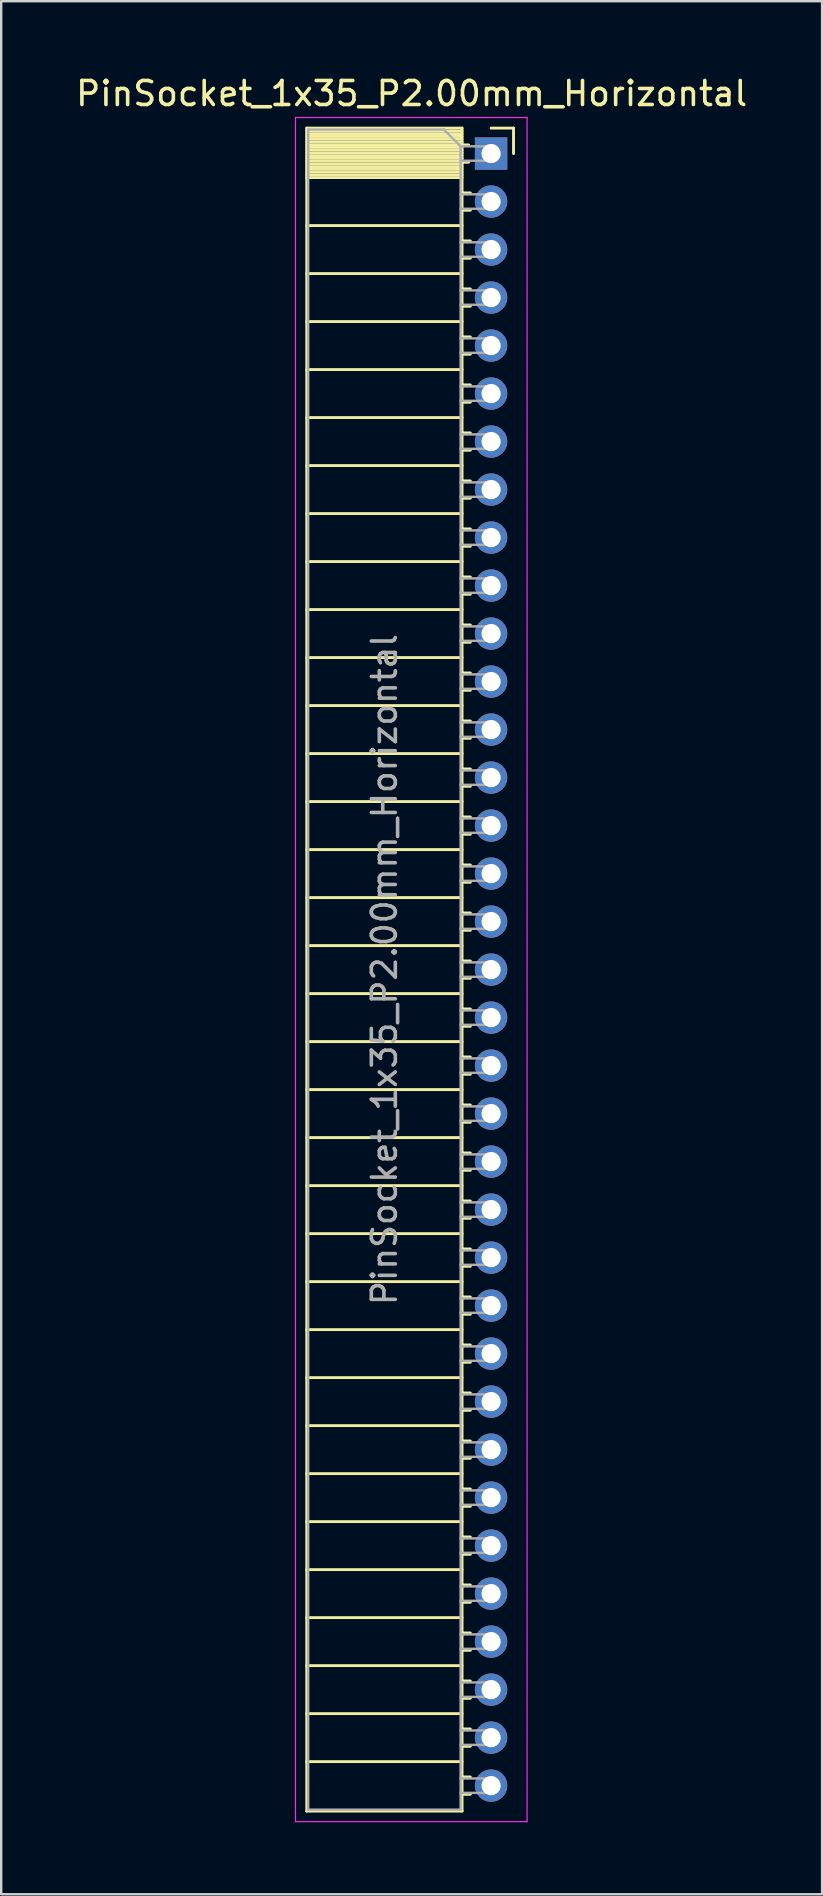
<source format=kicad_pcb>
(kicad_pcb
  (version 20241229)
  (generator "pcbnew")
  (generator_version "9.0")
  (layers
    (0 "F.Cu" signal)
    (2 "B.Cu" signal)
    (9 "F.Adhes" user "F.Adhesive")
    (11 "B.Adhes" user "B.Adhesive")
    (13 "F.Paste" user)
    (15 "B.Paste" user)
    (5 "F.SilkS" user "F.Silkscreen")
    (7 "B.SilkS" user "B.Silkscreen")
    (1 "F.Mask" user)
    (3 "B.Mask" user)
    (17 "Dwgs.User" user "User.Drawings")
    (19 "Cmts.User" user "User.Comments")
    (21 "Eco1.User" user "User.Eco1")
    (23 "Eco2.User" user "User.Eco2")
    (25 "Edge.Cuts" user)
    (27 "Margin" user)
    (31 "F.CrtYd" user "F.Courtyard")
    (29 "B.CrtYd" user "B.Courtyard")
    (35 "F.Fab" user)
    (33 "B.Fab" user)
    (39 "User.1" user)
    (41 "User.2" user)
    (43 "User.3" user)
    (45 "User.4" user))
  (footprint "PinSocket_1x35_P2.00mm_Horizontal"
    (layer "F.Cu")
    (at 17.411 3.348)
    (property "Reference" "PinSocket_1x35_P2.00mm_Horizontal" (at -3.31 -2.5 0) (layer "F.SilkS") (effects (font (size 1 1) (thickness 0.15))))
    (attr through_hole)
    (fp_line (start -7.68 -1.06) (end -7.68 69.06) (stroke (width 0.12) (type solid)) (layer "F.SilkS"))
    (fp_line (start -7.68 -1.06) (end -1.21 -1.06) (stroke (width 0.12) (type solid)) (layer "F.SilkS"))
    (fp_line (start -7.68 -0.94) (end -1.21 -0.94) (stroke (width 0.12) (type solid)) (layer "F.SilkS"))
    (fp_line (start -7.68 -0.826) (end -1.21 -0.826) (stroke (width 0.12) (type solid)) (layer "F.SilkS"))
    (fp_line (start -7.68 -0.712) (end -1.21 -0.712) (stroke (width 0.12) (type solid)) (layer "F.SilkS"))
    (fp_line (start -7.68 -0.598) (end -1.21 -0.598) (stroke (width 0.12) (type solid)) (layer "F.SilkS"))
    (fp_line (start -7.68 -0.484) (end -1.21 -0.484) (stroke (width 0.12) (type solid)) (layer "F.SilkS"))
    (fp_line (start -7.68 -0.369) (end -1.21 -0.369) (stroke (width 0.12) (type solid)) (layer "F.SilkS"))
    (fp_line (start -7.68 -0.255) (end -1.21 -0.255) (stroke (width 0.12) (type solid)) (layer "F.SilkS"))
    (fp_line (start -7.68 -0.141) (end -1.21 -0.141) (stroke (width 0.12) (type solid)) (layer "F.SilkS"))
    (fp_line (start -7.68 -0.027) (end -1.21 -0.027) (stroke (width 0.12) (type solid)) (layer "F.SilkS"))
    (fp_line (start -7.68 0.087) (end -1.21 0.087) (stroke (width 0.12) (type solid)) (layer "F.SilkS"))
    (fp_line (start -7.68 0.201) (end -1.21 0.201) (stroke (width 0.12) (type solid)) (layer "F.SilkS"))
    (fp_line (start -7.68 0.315) (end -1.21 0.315) (stroke (width 0.12) (type solid)) (layer "F.SilkS"))
    (fp_line (start -7.68 0.429) (end -1.21 0.429) (stroke (width 0.12) (type solid)) (layer "F.SilkS"))
    (fp_line (start -7.68 0.544) (end -1.21 0.544) (stroke (width 0.12) (type solid)) (layer "F.SilkS"))
    (fp_line (start -7.68 0.658) (end -1.21 0.658) (stroke (width 0.12) (type solid)) (layer "F.SilkS"))
    (fp_line (start -7.68 0.772) (end -1.21 0.772) (stroke (width 0.12) (type solid)) (layer "F.SilkS"))
    (fp_line (start -7.68 0.886) (end -1.21 0.886) (stroke (width 0.12) (type solid)) (layer "F.SilkS"))
    (fp_line (start -7.68 1) (end -1.21 1) (stroke (width 0.12) (type solid)) (layer "F.SilkS"))
    (fp_line (start -7.68 3) (end -1.21 3) (stroke (width 0.12) (type solid)) (layer "F.SilkS"))
    (fp_line (start -7.68 5) (end -1.21 5) (stroke (width 0.12) (type solid)) (layer "F.SilkS"))
    (fp_line (start -7.68 7) (end -1.21 7) (stroke (width 0.12) (type solid)) (layer "F.SilkS"))
    (fp_line (start -7.68 9) (end -1.21 9) (stroke (width 0.12) (type solid)) (layer "F.SilkS"))
    (fp_line (start -7.68 11) (end -1.21 11) (stroke (width 0.12) (type solid)) (layer "F.SilkS"))
    (fp_line (start -7.68 13) (end -1.21 13) (stroke (width 0.12) (type solid)) (layer "F.SilkS"))
    (fp_line (start -7.68 15) (end -1.21 15) (stroke (width 0.12) (type solid)) (layer "F.SilkS"))
    (fp_line (start -7.68 17) (end -1.21 17) (stroke (width 0.12) (type solid)) (layer "F.SilkS"))
    (fp_line (start -7.68 19) (end -1.21 19) (stroke (width 0.12) (type solid)) (layer "F.SilkS"))
    (fp_line (start -7.68 21) (end -1.21 21) (stroke (width 0.12) (type solid)) (layer "F.SilkS"))
    (fp_line (start -7.68 23) (end -1.21 23) (stroke (width 0.12) (type solid)) (layer "F.SilkS"))
    (fp_line (start -7.68 25) (end -1.21 25) (stroke (width 0.12) (type solid)) (layer "F.SilkS"))
    (fp_line (start -7.68 27) (end -1.21 27) (stroke (width 0.12) (type solid)) (layer "F.SilkS"))
    (fp_line (start -7.68 29) (end -1.21 29) (stroke (width 0.12) (type solid)) (layer "F.SilkS"))
    (fp_line (start -7.68 31) (end -1.21 31) (stroke (width 0.12) (type solid)) (layer "F.SilkS"))
    (fp_line (start -7.68 33) (end -1.21 33) (stroke (width 0.12) (type solid)) (layer "F.SilkS"))
    (fp_line (start -7.68 35) (end -1.21 35) (stroke (width 0.12) (type solid)) (layer "F.SilkS"))
    (fp_line (start -7.68 37) (end -1.21 37) (stroke (width 0.12) (type solid)) (layer "F.SilkS"))
    (fp_line (start -7.68 39) (end -1.21 39) (stroke (width 0.12) (type solid)) (layer "F.SilkS"))
    (fp_line (start -7.68 41) (end -1.21 41) (stroke (width 0.12) (type solid)) (layer "F.SilkS"))
    (fp_line (start -7.68 43) (end -1.21 43) (stroke (width 0.12) (type solid)) (layer "F.SilkS"))
    (fp_line (start -7.68 45) (end -1.21 45) (stroke (width 0.12) (type solid)) (layer "F.SilkS"))
    (fp_line (start -7.68 47) (end -1.21 47) (stroke (width 0.12) (type solid)) (layer "F.SilkS"))
    (fp_line (start -7.68 49) (end -1.21 49) (stroke (width 0.12) (type solid)) (layer "F.SilkS"))
    (fp_line (start -7.68 51) (end -1.21 51) (stroke (width 0.12) (type solid)) (layer "F.SilkS"))
    (fp_line (start -7.68 53) (end -1.21 53) (stroke (width 0.12) (type solid)) (layer "F.SilkS"))
    (fp_line (start -7.68 55) (end -1.21 55) (stroke (width 0.12) (type solid)) (layer "F.SilkS"))
    (fp_line (start -7.68 57) (end -1.21 57) (stroke (width 0.12) (type solid)) (layer "F.SilkS"))
    (fp_line (start -7.68 59) (end -1.21 59) (stroke (width 0.12) (type solid)) (layer "F.SilkS"))
    (fp_line (start -7.68 61) (end -1.21 61) (stroke (width 0.12) (type solid)) (layer "F.SilkS"))
    (fp_line (start -7.68 63) (end -1.21 63) (stroke (width 0.12) (type solid)) (layer "F.SilkS"))
    (fp_line (start -7.68 65) (end -1.21 65) (stroke (width 0.12) (type solid)) (layer "F.SilkS"))
    (fp_line (start -7.68 67) (end -1.21 67) (stroke (width 0.12) (type solid)) (layer "F.SilkS"))
    (fp_line (start -7.68 69.06) (end -1.21 69.06) (stroke (width 0.12) (type solid)) (layer "F.SilkS"))
    (fp_line (start -1.21 -1.06) (end -1.21 69.06) (stroke (width 0.12) (type solid)) (layer "F.SilkS"))
    (fp_line (start -1.21 -0.36) (end -0.935 -0.36) (stroke (width 0.12) (type solid)) (layer "F.SilkS"))
    (fp_line (start -1.21 0.36) (end -0.935 0.36) (stroke (width 0.12) (type solid)) (layer "F.SilkS"))
    (fp_line (start -1.21 1.64) (end -0.863 1.64) (stroke (width 0.12) (type solid)) (layer "F.SilkS"))
    (fp_line (start -1.21 2.36) (end -0.863 2.36) (stroke (width 0.12) (type solid)) (layer "F.SilkS"))
    (fp_line (start -1.21 3.64) (end -0.863 3.64) (stroke (width 0.12) (type solid)) (layer "F.SilkS"))
    (fp_line (start -1.21 4.36) (end -0.863 4.36) (stroke (width 0.12) (type solid)) (layer "F.SilkS"))
    (fp_line (start -1.21 5.64) (end -0.863 5.64) (stroke (width 0.12) (type solid)) (layer "F.SilkS"))
    (fp_line (start -1.21 6.36) (end -0.863 6.36) (stroke (width 0.12) (type solid)) (layer "F.SilkS"))
    (fp_line (start -1.21 7.64) (end -0.863 7.64) (stroke (width 0.12) (type solid)) (layer "F.SilkS"))
    (fp_line (start -1.21 8.36) (end -0.863 8.36) (stroke (width 0.12) (type solid)) (layer "F.SilkS"))
    (fp_line (start -1.21 9.64) (end -0.863 9.64) (stroke (width 0.12) (type solid)) (layer "F.SilkS"))
    (fp_line (start -1.21 10.36) (end -0.863 10.36) (stroke (width 0.12) (type solid)) (layer "F.SilkS"))
    (fp_line (start -1.21 11.64) (end -0.863 11.64) (stroke (width 0.12) (type solid)) (layer "F.SilkS"))
    (fp_line (start -1.21 12.36) (end -0.863 12.36) (stroke (width 0.12) (type solid)) (layer "F.SilkS"))
    (fp_line (start -1.21 13.64) (end -0.863 13.64) (stroke (width 0.12) (type solid)) (layer "F.SilkS"))
    (fp_line (start -1.21 14.36) (end -0.863 14.36) (stroke (width 0.12) (type solid)) (layer "F.SilkS"))
    (fp_line (start -1.21 15.64) (end -0.863 15.64) (stroke (width 0.12) (type solid)) (layer "F.SilkS"))
    (fp_line (start -1.21 16.36) (end -0.863 16.36) (stroke (width 0.12) (type solid)) (layer "F.SilkS"))
    (fp_line (start -1.21 17.64) (end -0.863 17.64) (stroke (width 0.12) (type solid)) (layer "F.SilkS"))
    (fp_line (start -1.21 18.36) (end -0.863 18.36) (stroke (width 0.12) (type solid)) (layer "F.SilkS"))
    (fp_line (start -1.21 19.64) (end -0.863 19.64) (stroke (width 0.12) (type solid)) (layer "F.SilkS"))
    (fp_line (start -1.21 20.36) (end -0.863 20.36) (stroke (width 0.12) (type solid)) (layer "F.SilkS"))
    (fp_line (start -1.21 21.64) (end -0.863 21.64) (stroke (width 0.12) (type solid)) (layer "F.SilkS"))
    (fp_line (start -1.21 22.36) (end -0.863 22.36) (stroke (width 0.12) (type solid)) (layer "F.SilkS"))
    (fp_line (start -1.21 23.64) (end -0.863 23.64) (stroke (width 0.12) (type solid)) (layer "F.SilkS"))
    (fp_line (start -1.21 24.36) (end -0.863 24.36) (stroke (width 0.12) (type solid)) (layer "F.SilkS"))
    (fp_line (start -1.21 25.64) (end -0.863 25.64) (stroke (width 0.12) (type solid)) (layer "F.SilkS"))
    (fp_line (start -1.21 26.36) (end -0.863 26.36) (stroke (width 0.12) (type solid)) (layer "F.SilkS"))
    (fp_line (start -1.21 27.64) (end -0.863 27.64) (stroke (width 0.12) (type solid)) (layer "F.SilkS"))
    (fp_line (start -1.21 28.36) (end -0.863 28.36) (stroke (width 0.12) (type solid)) (layer "F.SilkS"))
    (fp_line (start -1.21 29.64) (end -0.863 29.64) (stroke (width 0.12) (type solid)) (layer "F.SilkS"))
    (fp_line (start -1.21 30.36) (end -0.863 30.36) (stroke (width 0.12) (type solid)) (layer "F.SilkS"))
    (fp_line (start -1.21 31.64) (end -0.863 31.64) (stroke (width 0.12) (type solid)) (layer "F.SilkS"))
    (fp_line (start -1.21 32.36) (end -0.863 32.36) (stroke (width 0.12) (type solid)) (layer "F.SilkS"))
    (fp_line (start -1.21 33.64) (end -0.863 33.64) (stroke (width 0.12) (type solid)) (layer "F.SilkS"))
    (fp_line (start -1.21 34.36) (end -0.863 34.36) (stroke (width 0.12) (type solid)) (layer "F.SilkS"))
    (fp_line (start -1.21 35.64) (end -0.863 35.64) (stroke (width 0.12) (type solid)) (layer "F.SilkS"))
    (fp_line (start -1.21 36.36) (end -0.863 36.36) (stroke (width 0.12) (type solid)) (layer "F.SilkS"))
    (fp_line (start -1.21 37.64) (end -0.863 37.64) (stroke (width 0.12) (type solid)) (layer "F.SilkS"))
    (fp_line (start -1.21 38.36) (end -0.863 38.36) (stroke (width 0.12) (type solid)) (layer "F.SilkS"))
    (fp_line (start -1.21 39.64) (end -0.863 39.64) (stroke (width 0.12) (type solid)) (layer "F.SilkS"))
    (fp_line (start -1.21 40.36) (end -0.863 40.36) (stroke (width 0.12) (type solid)) (layer "F.SilkS"))
    (fp_line (start -1.21 41.64) (end -0.863 41.64) (stroke (width 0.12) (type solid)) (layer "F.SilkS"))
    (fp_line (start -1.21 42.36) (end -0.863 42.36) (stroke (width 0.12) (type solid)) (layer "F.SilkS"))
    (fp_line (start -1.21 43.64) (end -0.863 43.64) (stroke (width 0.12) (type solid)) (layer "F.SilkS"))
    (fp_line (start -1.21 44.36) (end -0.863 44.36) (stroke (width 0.12) (type solid)) (layer "F.SilkS"))
    (fp_line (start -1.21 45.64) (end -0.863 45.64) (stroke (width 0.12) (type solid)) (layer "F.SilkS"))
    (fp_line (start -1.21 46.36) (end -0.863 46.36) (stroke (width 0.12) (type solid)) (layer "F.SilkS"))
    (fp_line (start -1.21 47.64) (end -0.863 47.64) (stroke (width 0.12) (type solid)) (layer "F.SilkS"))
    (fp_line (start -1.21 48.36) (end -0.863 48.36) (stroke (width 0.12) (type solid)) (layer "F.SilkS"))
    (fp_line (start -1.21 49.64) (end -0.863 49.64) (stroke (width 0.12) (type solid)) (layer "F.SilkS"))
    (fp_line (start -1.21 50.36) (end -0.863 50.36) (stroke (width 0.12) (type solid)) (layer "F.SilkS"))
    (fp_line (start -1.21 51.64) (end -0.863 51.64) (stroke (width 0.12) (type solid)) (layer "F.SilkS"))
    (fp_line (start -1.21 52.36) (end -0.863 52.36) (stroke (width 0.12) (type solid)) (layer "F.SilkS"))
    (fp_line (start -1.21 53.64) (end -0.863 53.64) (stroke (width 0.12) (type solid)) (layer "F.SilkS"))
    (fp_line (start -1.21 54.36) (end -0.863 54.36) (stroke (width 0.12) (type solid)) (layer "F.SilkS"))
    (fp_line (start -1.21 55.64) (end -0.863 55.64) (stroke (width 0.12) (type solid)) (layer "F.SilkS"))
    (fp_line (start -1.21 56.36) (end -0.863 56.36) (stroke (width 0.12) (type solid)) (layer "F.SilkS"))
    (fp_line (start -1.21 57.64) (end -0.863 57.64) (stroke (width 0.12) (type solid)) (layer "F.SilkS"))
    (fp_line (start -1.21 58.36) (end -0.863 58.36) (stroke (width 0.12) (type solid)) (layer "F.SilkS"))
    (fp_line (start -1.21 59.64) (end -0.863 59.64) (stroke (width 0.12) (type solid)) (layer "F.SilkS"))
    (fp_line (start -1.21 60.36) (end -0.863 60.36) (stroke (width 0.12) (type solid)) (layer "F.SilkS"))
    (fp_line (start -1.21 61.64) (end -0.863 61.64) (stroke (width 0.12) (type solid)) (layer "F.SilkS"))
    (fp_line (start -1.21 62.36) (end -0.863 62.36) (stroke (width 0.12) (type solid)) (layer "F.SilkS"))
    (fp_line (start -1.21 63.64) (end -0.863 63.64) (stroke (width 0.12) (type solid)) (layer "F.SilkS"))
    (fp_line (start -1.21 64.36) (end -0.863 64.36) (stroke (width 0.12) (type solid)) (layer "F.SilkS"))
    (fp_line (start -1.21 65.64) (end -0.863 65.64) (stroke (width 0.12) (type solid)) (layer "F.SilkS"))
    (fp_line (start -1.21 66.36) (end -0.863 66.36) (stroke (width 0.12) (type solid)) (layer "F.SilkS"))
    (fp_line (start -1.21 67.64) (end -0.863 67.64) (stroke (width 0.12) (type solid)) (layer "F.SilkS"))
    (fp_line (start -1.21 68.36) (end -0.863 68.36) (stroke (width 0.12) (type solid)) (layer "F.SilkS"))
    (fp_line (start 0 -1.06) (end 0.935 -1.06) (stroke (width 0.12) (type solid)) (layer "F.SilkS"))
    (fp_line (start 0.935 -1.06) (end 0.935 0) (stroke (width 0.12) (type solid)) (layer "F.SilkS"))
    (fp_line (start -8.15 -1.5) (end -8.15 69.5) (stroke (width 0.05) (type solid)) (layer "F.CrtYd"))
    (fp_line (start -8.15 69.5) (end 1.5 69.5) (stroke (width 0.05) (type solid)) (layer "F.CrtYd"))
    (fp_line (start 1.5 -1.5) (end -8.15 -1.5) (stroke (width 0.05) (type solid)) (layer "F.CrtYd"))
    (fp_line (start 1.5 69.5) (end 1.5 -1.5) (stroke (width 0.05) (type solid)) (layer "F.CrtYd"))
    (fp_line (start -7.62 -1) (end -1.97 -1) (stroke (width 0.1) (type solid)) (layer "F.Fab"))
    (fp_line (start -7.62 69) (end -7.62 -1) (stroke (width 0.1) (type solid)) (layer "F.Fab"))
    (fp_line (start -1.97 -1) (end -1.27 -0.3) (stroke (width 0.1) (type solid)) (layer "F.Fab"))
    (fp_line (start -1.27 -0.3) (end -1.27 69) (stroke (width 0.1) (type solid)) (layer "F.Fab"))
    (fp_line (start -1.27 0.3) (end 0 0.3) (stroke (width 0.1) (type solid)) (layer "F.Fab"))
    (fp_line (start -1.27 2.3) (end 0 2.3) (stroke (width 0.1) (type solid)) (layer "F.Fab"))
    (fp_line (start -1.27 4.3) (end 0 4.3) (stroke (width 0.1) (type solid)) (layer "F.Fab"))
    (fp_line (start -1.27 6.3) (end 0 6.3) (stroke (width 0.1) (type solid)) (layer "F.Fab"))
    (fp_line (start -1.27 8.3) (end 0 8.3) (stroke (width 0.1) (type solid)) (layer "F.Fab"))
    (fp_line (start -1.27 10.3) (end 0 10.3) (stroke (width 0.1) (type solid)) (layer "F.Fab"))
    (fp_line (start -1.27 12.3) (end 0 12.3) (stroke (width 0.1) (type solid)) (layer "F.Fab"))
    (fp_line (start -1.27 14.3) (end 0 14.3) (stroke (width 0.1) (type solid)) (layer "F.Fab"))
    (fp_line (start -1.27 16.3) (end 0 16.3) (stroke (width 0.1) (type solid)) (layer "F.Fab"))
    (fp_line (start -1.27 18.3) (end 0 18.3) (stroke (width 0.1) (type solid)) (layer "F.Fab"))
    (fp_line (start -1.27 20.3) (end 0 20.3) (stroke (width 0.1) (type solid)) (layer "F.Fab"))
    (fp_line (start -1.27 22.3) (end 0 22.3) (stroke (width 0.1) (type solid)) (layer "F.Fab"))
    (fp_line (start -1.27 24.3) (end 0 24.3) (stroke (width 0.1) (type solid)) (layer "F.Fab"))
    (fp_line (start -1.27 26.3) (end 0 26.3) (stroke (width 0.1) (type solid)) (layer "F.Fab"))
    (fp_line (start -1.27 28.3) (end 0 28.3) (stroke (width 0.1) (type solid)) (layer "F.Fab"))
    (fp_line (start -1.27 30.3) (end 0 30.3) (stroke (width 0.1) (type solid)) (layer "F.Fab"))
    (fp_line (start -1.27 32.3) (end 0 32.3) (stroke (width 0.1) (type solid)) (layer "F.Fab"))
    (fp_line (start -1.27 34.3) (end 0 34.3) (stroke (width 0.1) (type solid)) (layer "F.Fab"))
    (fp_line (start -1.27 36.3) (end 0 36.3) (stroke (width 0.1) (type solid)) (layer "F.Fab"))
    (fp_line (start -1.27 38.3) (end 0 38.3) (stroke (width 0.1) (type solid)) (layer "F.Fab"))
    (fp_line (start -1.27 40.3) (end 0 40.3) (stroke (width 0.1) (type solid)) (layer "F.Fab"))
    (fp_line (start -1.27 42.3) (end 0 42.3) (stroke (width 0.1) (type solid)) (layer "F.Fab"))
    (fp_line (start -1.27 44.3) (end 0 44.3) (stroke (width 0.1) (type solid)) (layer "F.Fab"))
    (fp_line (start -1.27 46.3) (end 0 46.3) (stroke (width 0.1) (type solid)) (layer "F.Fab"))
    (fp_line (start -1.27 48.3) (end 0 48.3) (stroke (width 0.1) (type solid)) (layer "F.Fab"))
    (fp_line (start -1.27 50.3) (end 0 50.3) (stroke (width 0.1) (type solid)) (layer "F.Fab"))
    (fp_line (start -1.27 52.3) (end 0 52.3) (stroke (width 0.1) (type solid)) (layer "F.Fab"))
    (fp_line (start -1.27 54.3) (end 0 54.3) (stroke (width 0.1) (type solid)) (layer "F.Fab"))
    (fp_line (start -1.27 56.3) (end 0 56.3) (stroke (width 0.1) (type solid)) (layer "F.Fab"))
    (fp_line (start -1.27 58.3) (end 0 58.3) (stroke (width 0.1) (type solid)) (layer "F.Fab"))
    (fp_line (start -1.27 60.3) (end 0 60.3) (stroke (width 0.1) (type solid)) (layer "F.Fab"))
    (fp_line (start -1.27 62.3) (end 0 62.3) (stroke (width 0.1) (type solid)) (layer "F.Fab"))
    (fp_line (start -1.27 64.3) (end 0 64.3) (stroke (width 0.1) (type solid)) (layer "F.Fab"))
    (fp_line (start -1.27 66.3) (end 0 66.3) (stroke (width 0.1) (type solid)) (layer "F.Fab"))
    (fp_line (start -1.27 68.3) (end 0 68.3) (stroke (width 0.1) (type solid)) (layer "F.Fab"))
    (fp_line (start -1.27 69) (end -7.62 69) (stroke (width 0.1) (type solid)) (layer "F.Fab"))
    (fp_line (start 0 -0.3) (end -1.27 -0.3) (stroke (width 0.1) (type solid)) (layer "F.Fab"))
    (fp_line (start 0 0.3) (end 0 -0.3) (stroke (width 0.1) (type solid)) (layer "F.Fab"))
    (fp_line (start 0 1.7) (end -1.27 1.7) (stroke (width 0.1) (type solid)) (layer "F.Fab"))
    (fp_line (start 0 2.3) (end 0 1.7) (stroke (width 0.1) (type solid)) (layer "F.Fab"))
    (fp_line (start 0 3.7) (end -1.27 3.7) (stroke (width 0.1) (type solid)) (layer "F.Fab"))
    (fp_line (start 0 4.3) (end 0 3.7) (stroke (width 0.1) (type solid)) (layer "F.Fab"))
    (fp_line (start 0 5.7) (end -1.27 5.7) (stroke (width 0.1) (type solid)) (layer "F.Fab"))
    (fp_line (start 0 6.3) (end 0 5.7) (stroke (width 0.1) (type solid)) (layer "F.Fab"))
    (fp_line (start 0 7.7) (end -1.27 7.7) (stroke (width 0.1) (type solid)) (layer "F.Fab"))
    (fp_line (start 0 8.3) (end 0 7.7) (stroke (width 0.1) (type solid)) (layer "F.Fab"))
    (fp_line (start 0 9.7) (end -1.27 9.7) (stroke (width 0.1) (type solid)) (layer "F.Fab"))
    (fp_line (start 0 10.3) (end 0 9.7) (stroke (width 0.1) (type solid)) (layer "F.Fab"))
    (fp_line (start 0 11.7) (end -1.27 11.7) (stroke (width 0.1) (type solid)) (layer "F.Fab"))
    (fp_line (start 0 12.3) (end 0 11.7) (stroke (width 0.1) (type solid)) (layer "F.Fab"))
    (fp_line (start 0 13.7) (end -1.27 13.7) (stroke (width 0.1) (type solid)) (layer "F.Fab"))
    (fp_line (start 0 14.3) (end 0 13.7) (stroke (width 0.1) (type solid)) (layer "F.Fab"))
    (fp_line (start 0 15.7) (end -1.27 15.7) (stroke (width 0.1) (type solid)) (layer "F.Fab"))
    (fp_line (start 0 16.3) (end 0 15.7) (stroke (width 0.1) (type solid)) (layer "F.Fab"))
    (fp_line (start 0 17.7) (end -1.27 17.7) (stroke (width 0.1) (type solid)) (layer "F.Fab"))
    (fp_line (start 0 18.3) (end 0 17.7) (stroke (width 0.1) (type solid)) (layer "F.Fab"))
    (fp_line (start 0 19.7) (end -1.27 19.7) (stroke (width 0.1) (type solid)) (layer "F.Fab"))
    (fp_line (start 0 20.3) (end 0 19.7) (stroke (width 0.1) (type solid)) (layer "F.Fab"))
    (fp_line (start 0 21.7) (end -1.27 21.7) (stroke (width 0.1) (type solid)) (layer "F.Fab"))
    (fp_line (start 0 22.3) (end 0 21.7) (stroke (width 0.1) (type solid)) (layer "F.Fab"))
    (fp_line (start 0 23.7) (end -1.27 23.7) (stroke (width 0.1) (type solid)) (layer "F.Fab"))
    (fp_line (start 0 24.3) (end 0 23.7) (stroke (width 0.1) (type solid)) (layer "F.Fab"))
    (fp_line (start 0 25.7) (end -1.27 25.7) (stroke (width 0.1) (type solid)) (layer "F.Fab"))
    (fp_line (start 0 26.3) (end 0 25.7) (stroke (width 0.1) (type solid)) (layer "F.Fab"))
    (fp_line (start 0 27.7) (end -1.27 27.7) (stroke (width 0.1) (type solid)) (layer "F.Fab"))
    (fp_line (start 0 28.3) (end 0 27.7) (stroke (width 0.1) (type solid)) (layer "F.Fab"))
    (fp_line (start 0 29.7) (end -1.27 29.7) (stroke (width 0.1) (type solid)) (layer "F.Fab"))
    (fp_line (start 0 30.3) (end 0 29.7) (stroke (width 0.1) (type solid)) (layer "F.Fab"))
    (fp_line (start 0 31.7) (end -1.27 31.7) (stroke (width 0.1) (type solid)) (layer "F.Fab"))
    (fp_line (start 0 32.3) (end 0 31.7) (stroke (width 0.1) (type solid)) (layer "F.Fab"))
    (fp_line (start 0 33.7) (end -1.27 33.7) (stroke (width 0.1) (type solid)) (layer "F.Fab"))
    (fp_line (start 0 34.3) (end 0 33.7) (stroke (width 0.1) (type solid)) (layer "F.Fab"))
    (fp_line (start 0 35.7) (end -1.27 35.7) (stroke (width 0.1) (type solid)) (layer "F.Fab"))
    (fp_line (start 0 36.3) (end 0 35.7) (stroke (width 0.1) (type solid)) (layer "F.Fab"))
    (fp_line (start 0 37.7) (end -1.27 37.7) (stroke (width 0.1) (type solid)) (layer "F.Fab"))
    (fp_line (start 0 38.3) (end 0 37.7) (stroke (width 0.1) (type solid)) (layer "F.Fab"))
    (fp_line (start 0 39.7) (end -1.27 39.7) (stroke (width 0.1) (type solid)) (layer "F.Fab"))
    (fp_line (start 0 40.3) (end 0 39.7) (stroke (width 0.1) (type solid)) (layer "F.Fab"))
    (fp_line (start 0 41.7) (end -1.27 41.7) (stroke (width 0.1) (type solid)) (layer "F.Fab"))
    (fp_line (start 0 42.3) (end 0 41.7) (stroke (width 0.1) (type solid)) (layer "F.Fab"))
    (fp_line (start 0 43.7) (end -1.27 43.7) (stroke (width 0.1) (type solid)) (layer "F.Fab"))
    (fp_line (start 0 44.3) (end 0 43.7) (stroke (width 0.1) (type solid)) (layer "F.Fab"))
    (fp_line (start 0 45.7) (end -1.27 45.7) (stroke (width 0.1) (type solid)) (layer "F.Fab"))
    (fp_line (start 0 46.3) (end 0 45.7) (stroke (width 0.1) (type solid)) (layer "F.Fab"))
    (fp_line (start 0 47.7) (end -1.27 47.7) (stroke (width 0.1) (type solid)) (layer "F.Fab"))
    (fp_line (start 0 48.3) (end 0 47.7) (stroke (width 0.1) (type solid)) (layer "F.Fab"))
    (fp_line (start 0 49.7) (end -1.27 49.7) (stroke (width 0.1) (type solid)) (layer "F.Fab"))
    (fp_line (start 0 50.3) (end 0 49.7) (stroke (width 0.1) (type solid)) (layer "F.Fab"))
    (fp_line (start 0 51.7) (end -1.27 51.7) (stroke (width 0.1) (type solid)) (layer "F.Fab"))
    (fp_line (start 0 52.3) (end 0 51.7) (stroke (width 0.1) (type solid)) (layer "F.Fab"))
    (fp_line (start 0 53.7) (end -1.27 53.7) (stroke (width 0.1) (type solid)) (layer "F.Fab"))
    (fp_line (start 0 54.3) (end 0 53.7) (stroke (width 0.1) (type solid)) (layer "F.Fab"))
    (fp_line (start 0 55.7) (end -1.27 55.7) (stroke (width 0.1) (type solid)) (layer "F.Fab"))
    (fp_line (start 0 56.3) (end 0 55.7) (stroke (width 0.1) (type solid)) (layer "F.Fab"))
    (fp_line (start 0 57.7) (end -1.27 57.7) (stroke (width 0.1) (type solid)) (layer "F.Fab"))
    (fp_line (start 0 58.3) (end 0 57.7) (stroke (width 0.1) (type solid)) (layer "F.Fab"))
    (fp_line (start 0 59.7) (end -1.27 59.7) (stroke (width 0.1) (type solid)) (layer "F.Fab"))
    (fp_line (start 0 60.3) (end 0 59.7) (stroke (width 0.1) (type solid)) (layer "F.Fab"))
    (fp_line (start 0 61.7) (end -1.27 61.7) (stroke (width 0.1) (type solid)) (layer "F.Fab"))
    (fp_line (start 0 62.3) (end 0 61.7) (stroke (width 0.1) (type solid)) (layer "F.Fab"))
    (fp_line (start 0 63.7) (end -1.27 63.7) (stroke (width 0.1) (type solid)) (layer "F.Fab"))
    (fp_line (start 0 64.3) (end 0 63.7) (stroke (width 0.1) (type solid)) (layer "F.Fab"))
    (fp_line (start 0 65.7) (end -1.27 65.7) (stroke (width 0.1) (type solid)) (layer "F.Fab"))
    (fp_line (start 0 66.3) (end 0 65.7) (stroke (width 0.1) (type solid)) (layer "F.Fab"))
    (fp_line (start 0 67.7) (end -1.27 67.7) (stroke (width 0.1) (type solid)) (layer "F.Fab"))
    (fp_line (start 0 68.3) (end 0 67.7) (stroke (width 0.1) (type solid)) (layer "F.Fab"))
    (fp_text user "${REFERENCE}" (at -4.445 34 90) (layer "F.Fab") (effects (font (size 1 1) (thickness 0.15))))
    (pad "1" thru_hole rect (at 0 0) (size 1.35 1.35) (drill 0.8) (layers "*.Cu" "*.Mask"))
    (pad "2" thru_hole circle (at 0 2) (size 1.35 1.35) (drill 0.8) (layers "*.Cu" "*.Mask"))
    (pad "3" thru_hole circle (at 0 4) (size 1.35 1.35) (drill 0.8) (layers "*.Cu" "*.Mask"))
    (pad "4" thru_hole circle (at 0 6) (size 1.35 1.35) (drill 0.8) (layers "*.Cu" "*.Mask"))
    (pad "5" thru_hole circle (at 0 8) (size 1.35 1.35) (drill 0.8) (layers "*.Cu" "*.Mask"))
    (pad "6" thru_hole circle (at 0 10) (size 1.35 1.35) (drill 0.8) (layers "*.Cu" "*.Mask"))
    (pad "7" thru_hole circle (at 0 12) (size 1.35 1.35) (drill 0.8) (layers "*.Cu" "*.Mask"))
    (pad "8" thru_hole circle (at 0 14) (size 1.35 1.35) (drill 0.8) (layers "*.Cu" "*.Mask"))
    (pad "9" thru_hole circle (at 0 16) (size 1.35 1.35) (drill 0.8) (layers "*.Cu" "*.Mask"))
    (pad "10" thru_hole circle (at 0 18) (size 1.35 1.35) (drill 0.8) (layers "*.Cu" "*.Mask"))
    (pad "11" thru_hole circle (at 0 20) (size 1.35 1.35) (drill 0.8) (layers "*.Cu" "*.Mask"))
    (pad "12" thru_hole circle (at 0 22) (size 1.35 1.35) (drill 0.8) (layers "*.Cu" "*.Mask"))
    (pad "13" thru_hole circle (at 0 24) (size 1.35 1.35) (drill 0.8) (layers "*.Cu" "*.Mask"))
    (pad "14" thru_hole circle (at 0 26) (size 1.35 1.35) (drill 0.8) (layers "*.Cu" "*.Mask"))
    (pad "15" thru_hole circle (at 0 28) (size 1.35 1.35) (drill 0.8) (layers "*.Cu" "*.Mask"))
    (pad "16" thru_hole circle (at 0 30) (size 1.35 1.35) (drill 0.8) (layers "*.Cu" "*.Mask"))
    (pad "17" thru_hole circle (at 0 32) (size 1.35 1.35) (drill 0.8) (layers "*.Cu" "*.Mask"))
    (pad "18" thru_hole circle (at 0 34) (size 1.35 1.35) (drill 0.8) (layers "*.Cu" "*.Mask"))
    (pad "19" thru_hole circle (at 0 36) (size 1.35 1.35) (drill 0.8) (layers "*.Cu" "*.Mask"))
    (pad "20" thru_hole circle (at 0 38) (size 1.35 1.35) (drill 0.8) (layers "*.Cu" "*.Mask"))
    (pad "21" thru_hole circle (at 0 40) (size 1.35 1.35) (drill 0.8) (layers "*.Cu" "*.Mask"))
    (pad "22" thru_hole circle (at 0 42) (size 1.35 1.35) (drill 0.8) (layers "*.Cu" "*.Mask"))
    (pad "23" thru_hole circle (at 0 44) (size 1.35 1.35) (drill 0.8) (layers "*.Cu" "*.Mask"))
    (pad "24" thru_hole circle (at 0 46) (size 1.35 1.35) (drill 0.8) (layers "*.Cu" "*.Mask"))
    (pad "25" thru_hole circle (at 0 48) (size 1.35 1.35) (drill 0.8) (layers "*.Cu" "*.Mask"))
    (pad "26" thru_hole circle (at 0 50) (size 1.35 1.35) (drill 0.8) (layers "*.Cu" "*.Mask"))
    (pad "27" thru_hole circle (at 0 52) (size 1.35 1.35) (drill 0.8) (layers "*.Cu" "*.Mask"))
    (pad "28" thru_hole circle (at 0 54) (size 1.35 1.35) (drill 0.8) (layers "*.Cu" "*.Mask"))
    (pad "29" thru_hole circle (at 0 56) (size 1.35 1.35) (drill 0.8) (layers "*.Cu" "*.Mask"))
    (pad "30" thru_hole circle (at 0 58) (size 1.35 1.35) (drill 0.8) (layers "*.Cu" "*.Mask"))
    (pad "31" thru_hole circle (at 0 60) (size 1.35 1.35) (drill 0.8) (layers "*.Cu" "*.Mask"))
    (pad "32" thru_hole circle (at 0 62) (size 1.35 1.35) (drill 0.8) (layers "*.Cu" "*.Mask"))
    (pad "33" thru_hole circle (at 0 64) (size 1.35 1.35) (drill 0.8) (layers "*.Cu" "*.Mask"))
    (pad "34" thru_hole circle (at 0 66) (size 1.35 1.35) (drill 0.8) (layers "*.Cu" "*.Mask"))
    (pad "35" thru_hole circle (at 0 68) (size 1.35 1.35) (drill 0.8) (layers "*.Cu" "*.Mask")))
  (gr_rect
    (start -3 -3)
    (end 31.202 75.873)
    (stroke (width 0.1) (type default))
    (fill no)
    (layer "Edge.Cuts")))
</source>
